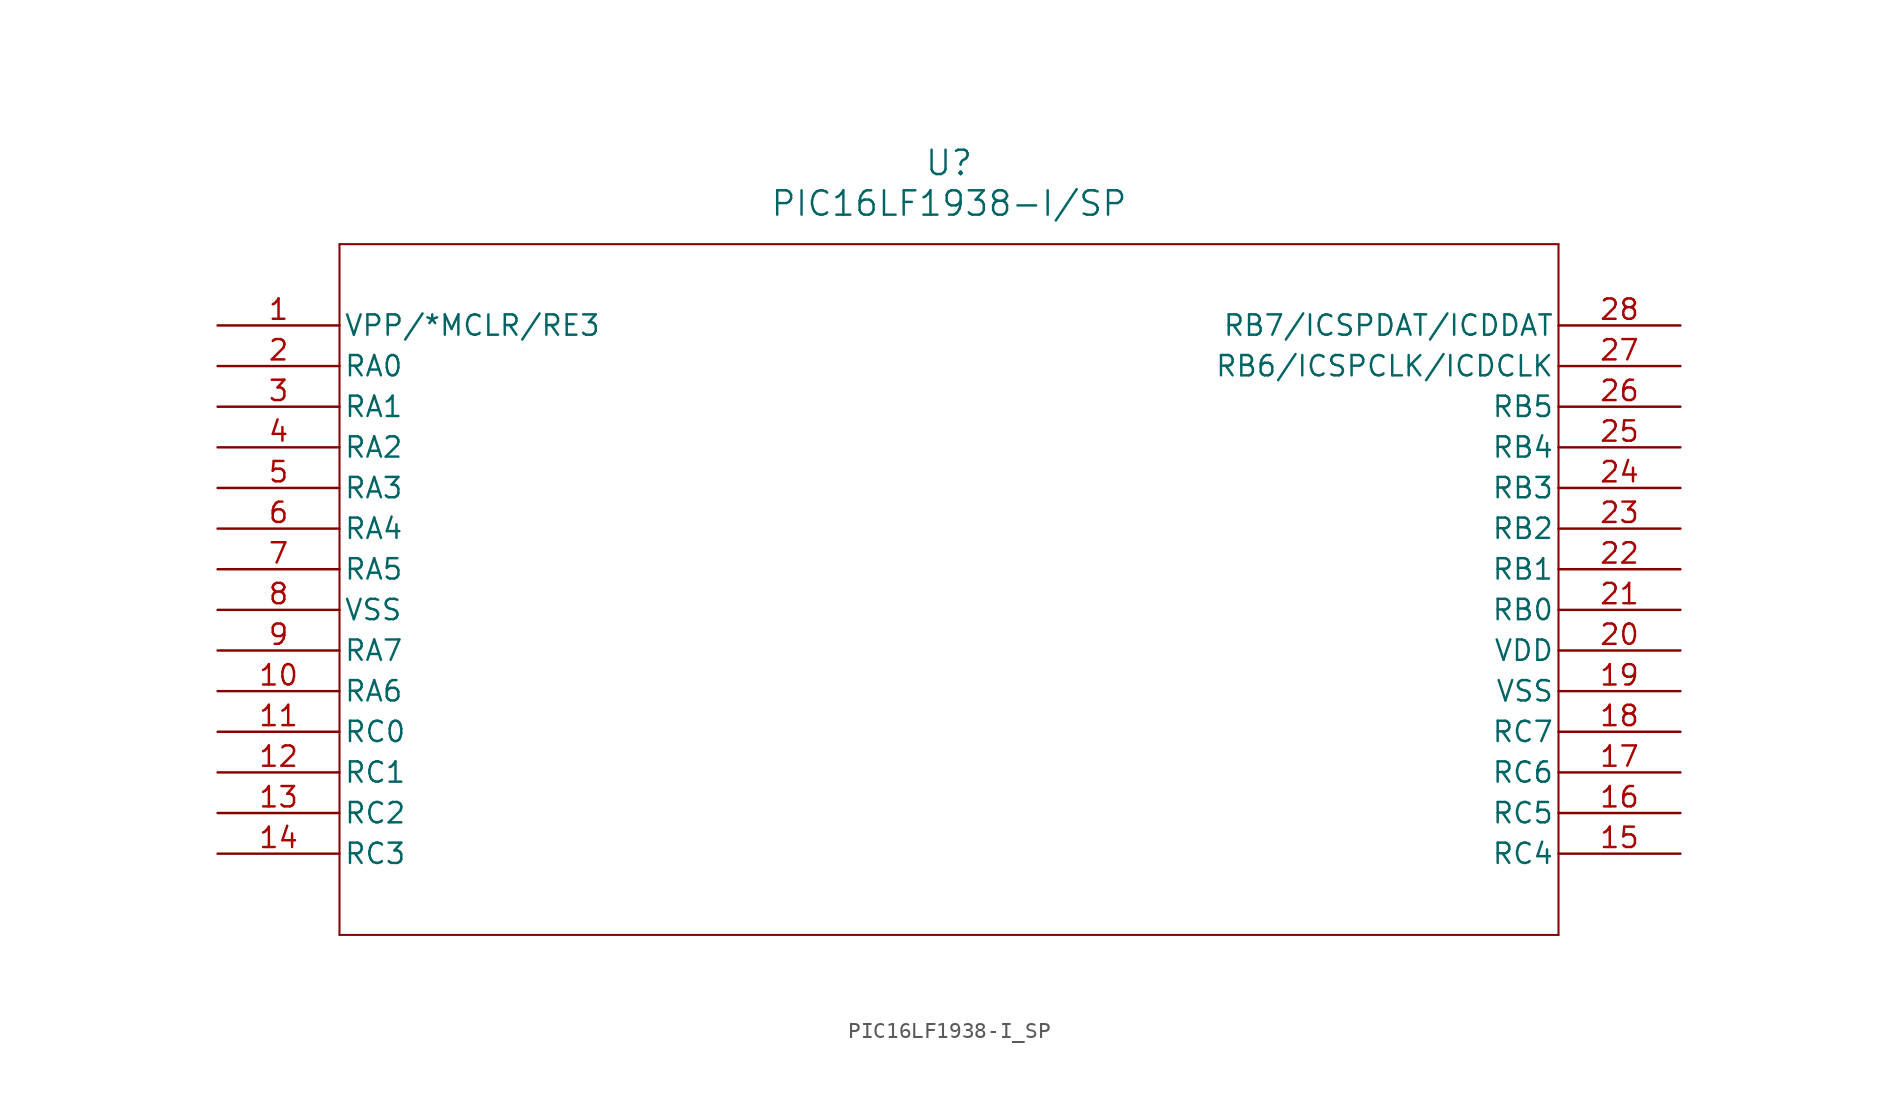
<source format=kicad_sym>
(kicad_symbol_lib
  (version 20211014)
  (generator kicad_symbol_editor)
  (symbol "PIC16LF1938-I_SP"
    (pin_names
      (offset 0.254))
    (property "Reference" "U"
      (at 45.72 10.16 0)
      (effects (font (size 1.524 1.524))))
    (property "Value" "PIC16LF1938-I/SP"
      (at 45.72 7.62 0)
      (effects (font (size 1.524 1.524))))
    (symbol "PIC16LF1938-I_SP_0_1"
      (polyline (pts (xy 7.62 5.08) (xy 7.62 -38.1)) (stroke (width 0.127) (type default) (color 0 0 0 0)) (fill (type none)))
      (polyline (pts (xy 7.62 -38.1) (xy 83.82 -38.1)) (stroke (width 0.127) (type default) (color 0 0 0 0)) (fill (type none)))
      (polyline (pts (xy 83.82 -38.1) (xy 83.82 5.08)) (stroke (width 0.127) (type default) (color 0 0 0 0)) (fill (type none)))
      (polyline (pts (xy 83.82 5.08) (xy 7.62 5.08)) (stroke (width 0.127) (type default) (color 0 0 0 0)) (fill (type none)))
      (pin bidirectional line (at 0 0 0) (length 7.62) (name "VPP/*MCLR/RE3" (effects (font (size 1.27 1.27)))) (number "1" (effects (font (size 1.27 1.27)))))
      (pin bidirectional line (at 0 -2.54 0) (length 7.62) (name "RA0" (effects (font (size 1.27 1.27)))) (number "2" (effects (font (size 1.27 1.27)))))
      (pin bidirectional line (at 0 -5.08 0) (length 7.62) (name "RA1" (effects (font (size 1.27 1.27)))) (number "3" (effects (font (size 1.27 1.27)))))
      (pin bidirectional line (at 0 -7.62 0) (length 7.62) (name "RA2" (effects (font (size 1.27 1.27)))) (number "4" (effects (font (size 1.27 1.27)))))
      (pin bidirectional line (at 0 -10.16 0) (length 7.62) (name "RA3" (effects (font (size 1.27 1.27)))) (number "5" (effects (font (size 1.27 1.27)))))
      (pin bidirectional line (at 0 -12.7 0) (length 7.62) (name "RA4" (effects (font (size 1.27 1.27)))) (number "6" (effects (font (size 1.27 1.27)))))
      (pin bidirectional line (at 0 -15.24 0) (length 7.62) (name "RA5" (effects (font (size 1.27 1.27)))) (number "7" (effects (font (size 1.27 1.27)))))
      (pin power_in line (at 0 -17.78 0) (length 7.62) (name "VSS" (effects (font (size 1.27 1.27)))) (number "8" (effects (font (size 1.27 1.27)))))
      (pin bidirectional line (at 0 -20.32 0) (length 7.62) (name "RA7" (effects (font (size 1.27 1.27)))) (number "9" (effects (font (size 1.27 1.27)))))
      (pin bidirectional line (at 0 -22.86 0) (length 7.62) (name "RA6" (effects (font (size 1.27 1.27)))) (number "10" (effects (font (size 1.27 1.27)))))
      (pin bidirectional line (at 0 -25.4 0) (length 7.62) (name "RC0" (effects (font (size 1.27 1.27)))) (number "11" (effects (font (size 1.27 1.27)))))
      (pin bidirectional line (at 0 -27.94 0) (length 7.62) (name "RC1" (effects (font (size 1.27 1.27)))) (number "12" (effects (font (size 1.27 1.27)))))
      (pin bidirectional line (at 0 -30.48 0) (length 7.62) (name "RC2" (effects (font (size 1.27 1.27)))) (number "13" (effects (font (size 1.27 1.27)))))
      (pin bidirectional line (at 0 -33.02 0) (length 7.62) (name "RC3" (effects (font (size 1.27 1.27)))) (number "14" (effects (font (size 1.27 1.27)))))
      (pin bidirectional line (at 91.44 -33.02 180) (length 7.62) (name "RC4" (effects (font (size 1.27 1.27)))) (number "15" (effects (font (size 1.27 1.27)))))
      (pin bidirectional line (at 91.44 -30.48 180) (length 7.62) (name "RC5" (effects (font (size 1.27 1.27)))) (number "16" (effects (font (size 1.27 1.27)))))
      (pin bidirectional line (at 91.44 -27.94 180) (length 7.62) (name "RC6" (effects (font (size 1.27 1.27)))) (number "17" (effects (font (size 1.27 1.27)))))
      (pin bidirectional line (at 91.44 -25.4 180) (length 7.62) (name "RC7" (effects (font (size 1.27 1.27)))) (number "18" (effects (font (size 1.27 1.27)))))
      (pin power_in line (at 91.44 -22.86 180) (length 7.62) (name "VSS" (effects (font (size 1.27 1.27)))) (number "19" (effects (font (size 1.27 1.27)))))
      (pin power_in line (at 91.44 -20.32 180) (length 7.62) (name "VDD" (effects (font (size 1.27 1.27)))) (number "20" (effects (font (size 1.27 1.27)))))
      (pin bidirectional line (at 91.44 -17.78 180) (length 7.62) (name "RB0" (effects (font (size 1.27 1.27)))) (number "21" (effects (font (size 1.27 1.27)))))
      (pin bidirectional line (at 91.44 -15.24 180) (length 7.62) (name "RB1" (effects (font (size 1.27 1.27)))) (number "22" (effects (font (size 1.27 1.27)))))
      (pin bidirectional line (at 91.44 -12.7 180) (length 7.62) (name "RB2" (effects (font (size 1.27 1.27)))) (number "23" (effects (font (size 1.27 1.27)))))
      (pin bidirectional line (at 91.44 -10.16 180) (length 7.62) (name "RB3" (effects (font (size 1.27 1.27)))) (number "24" (effects (font (size 1.27 1.27)))))
      (pin bidirectional line (at 91.44 -7.62 180) (length 7.62) (name "RB4" (effects (font (size 1.27 1.27)))) (number "25" (effects (font (size 1.27 1.27)))))
      (pin bidirectional line (at 91.44 -5.08 180) (length 7.62) (name "RB5" (effects (font (size 1.27 1.27)))) (number "26" (effects (font (size 1.27 1.27)))))
      (pin bidirectional line (at 91.44 -2.54 180) (length 7.62) (name "RB6/ICSPCLK/ICDCLK" (effects (font (size 1.27 1.27)))) (number "27" (effects (font (size 1.27 1.27)))))
      (pin bidirectional line (at 91.44 0 180) (length 7.62) (name "RB7/ICSPDAT/ICDDAT" (effects (font (size 1.27 1.27)))) (number "28" (effects (font (size 1.27 1.27))))))))
</source>
